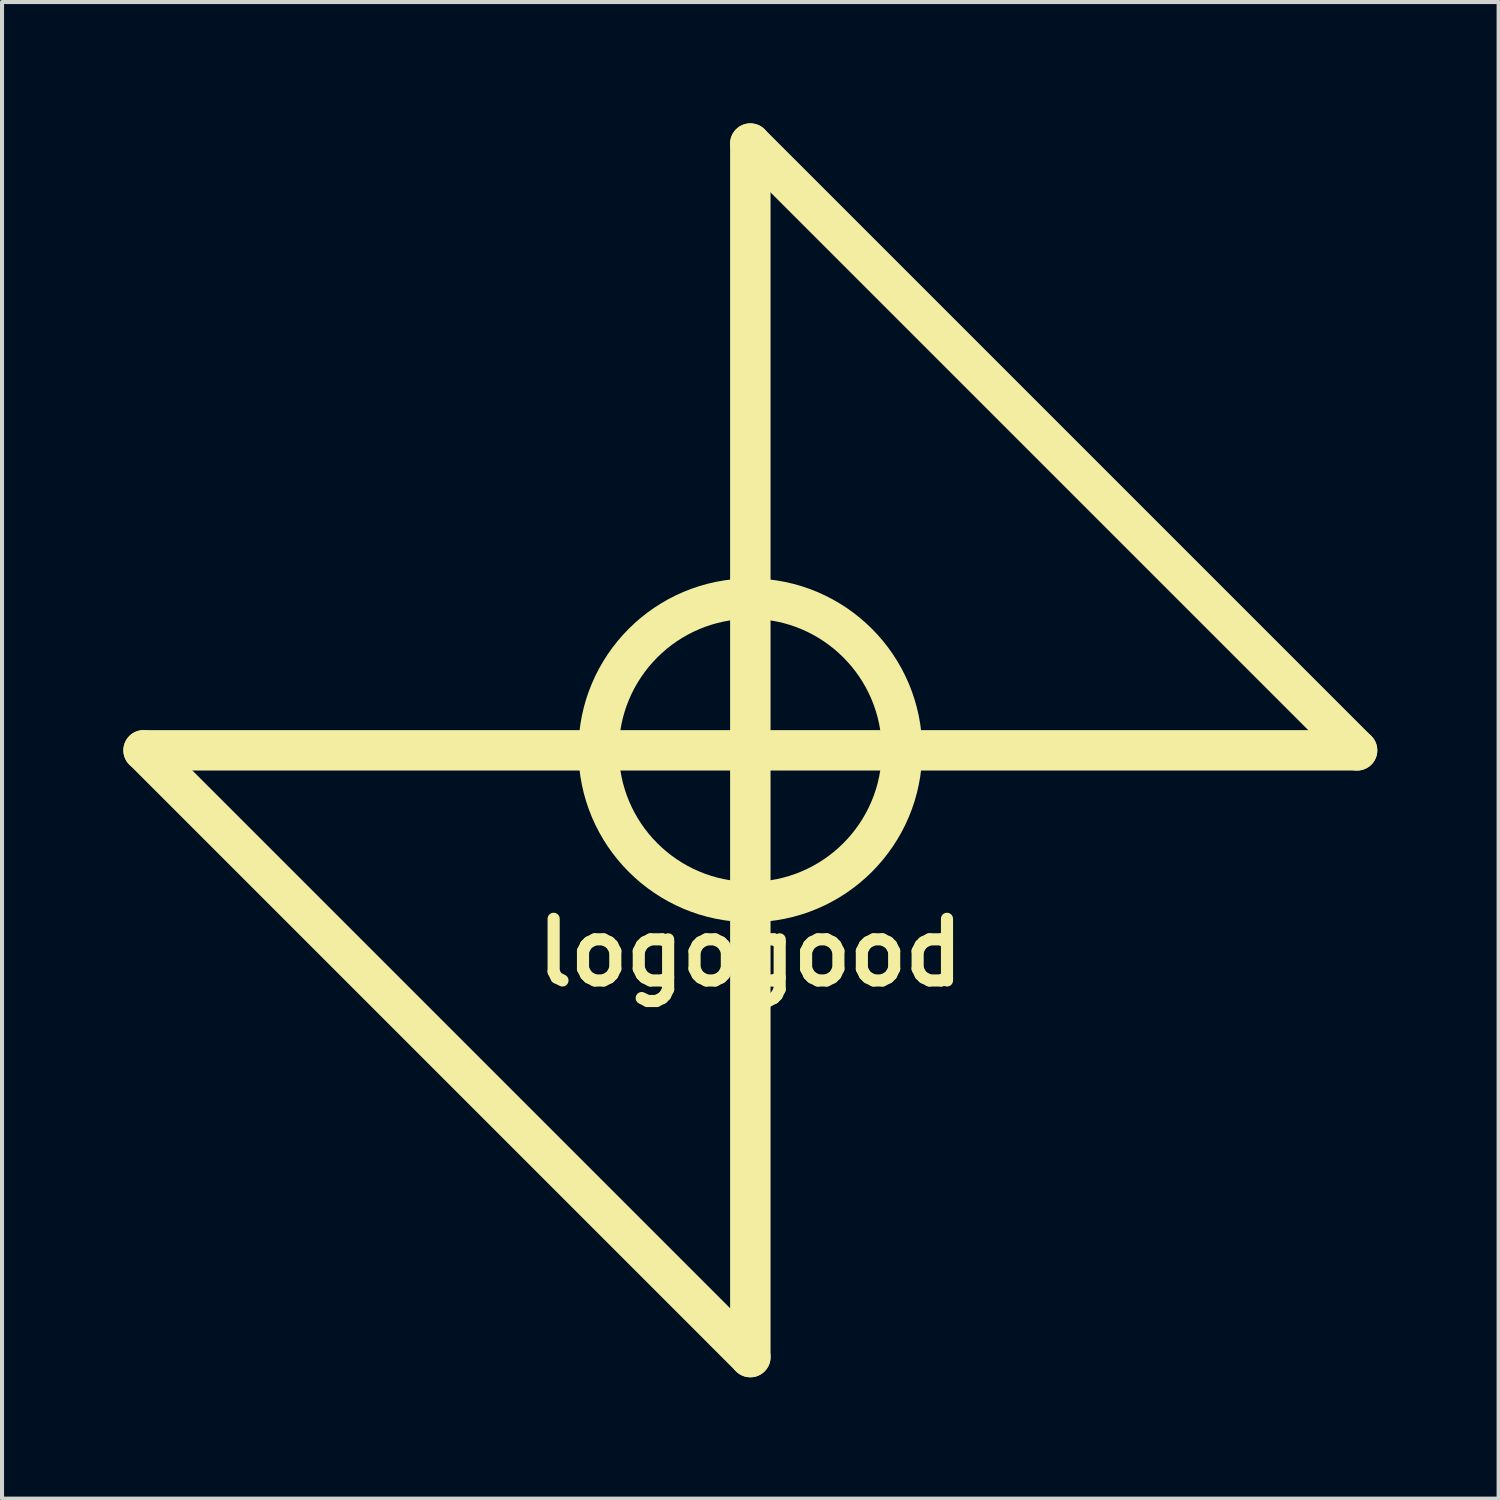
<source format=kicad_pcb>
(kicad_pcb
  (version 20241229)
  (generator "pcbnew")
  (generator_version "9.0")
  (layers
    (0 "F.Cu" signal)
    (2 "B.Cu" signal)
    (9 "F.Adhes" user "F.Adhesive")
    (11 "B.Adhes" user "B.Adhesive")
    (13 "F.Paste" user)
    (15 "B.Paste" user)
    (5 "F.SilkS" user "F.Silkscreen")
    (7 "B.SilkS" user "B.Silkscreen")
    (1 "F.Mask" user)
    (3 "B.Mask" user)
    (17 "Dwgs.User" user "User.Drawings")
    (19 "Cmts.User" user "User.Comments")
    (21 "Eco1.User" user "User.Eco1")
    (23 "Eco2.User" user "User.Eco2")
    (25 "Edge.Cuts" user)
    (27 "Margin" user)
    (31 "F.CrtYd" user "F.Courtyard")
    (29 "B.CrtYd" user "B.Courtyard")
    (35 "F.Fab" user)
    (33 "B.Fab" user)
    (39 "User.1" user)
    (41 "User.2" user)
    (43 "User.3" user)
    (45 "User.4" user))
  (footprint "logogood"
    (layer "F.Cu")
    (at 15.5 15.5)
    (property "Reference" "logogood" (at 0 5 0) (layer "F.SilkS") (effects (font (size 1.524 1.524) (thickness 0.3))))
    (attr through_hole)
    (fp_line (start -15 0) (end 0 15) (stroke (width 1) (type solid)) (layer "F.SilkS"))
    (fp_line (start -15 0) (end 15 0) (stroke (width 1) (type solid)) (layer "F.SilkS"))
    (fp_line (start 0 15) (end 0 -15) (stroke (width 1) (type solid)) (layer "F.SilkS"))
    (fp_line (start 15 0) (end 0 -15) (stroke (width 1) (type solid)) (layer "F.SilkS"))
    (fp_circle (center 0 0) (end 3.75 0) (stroke (width 1) (type solid)) (fill no) (layer "F.SilkS")))
  (gr_rect
    (start -3 -3)
    (end 34 34)
    (stroke (width 0.1) (type default))
    (fill no)
    (layer "Edge.Cuts")))
</source>
